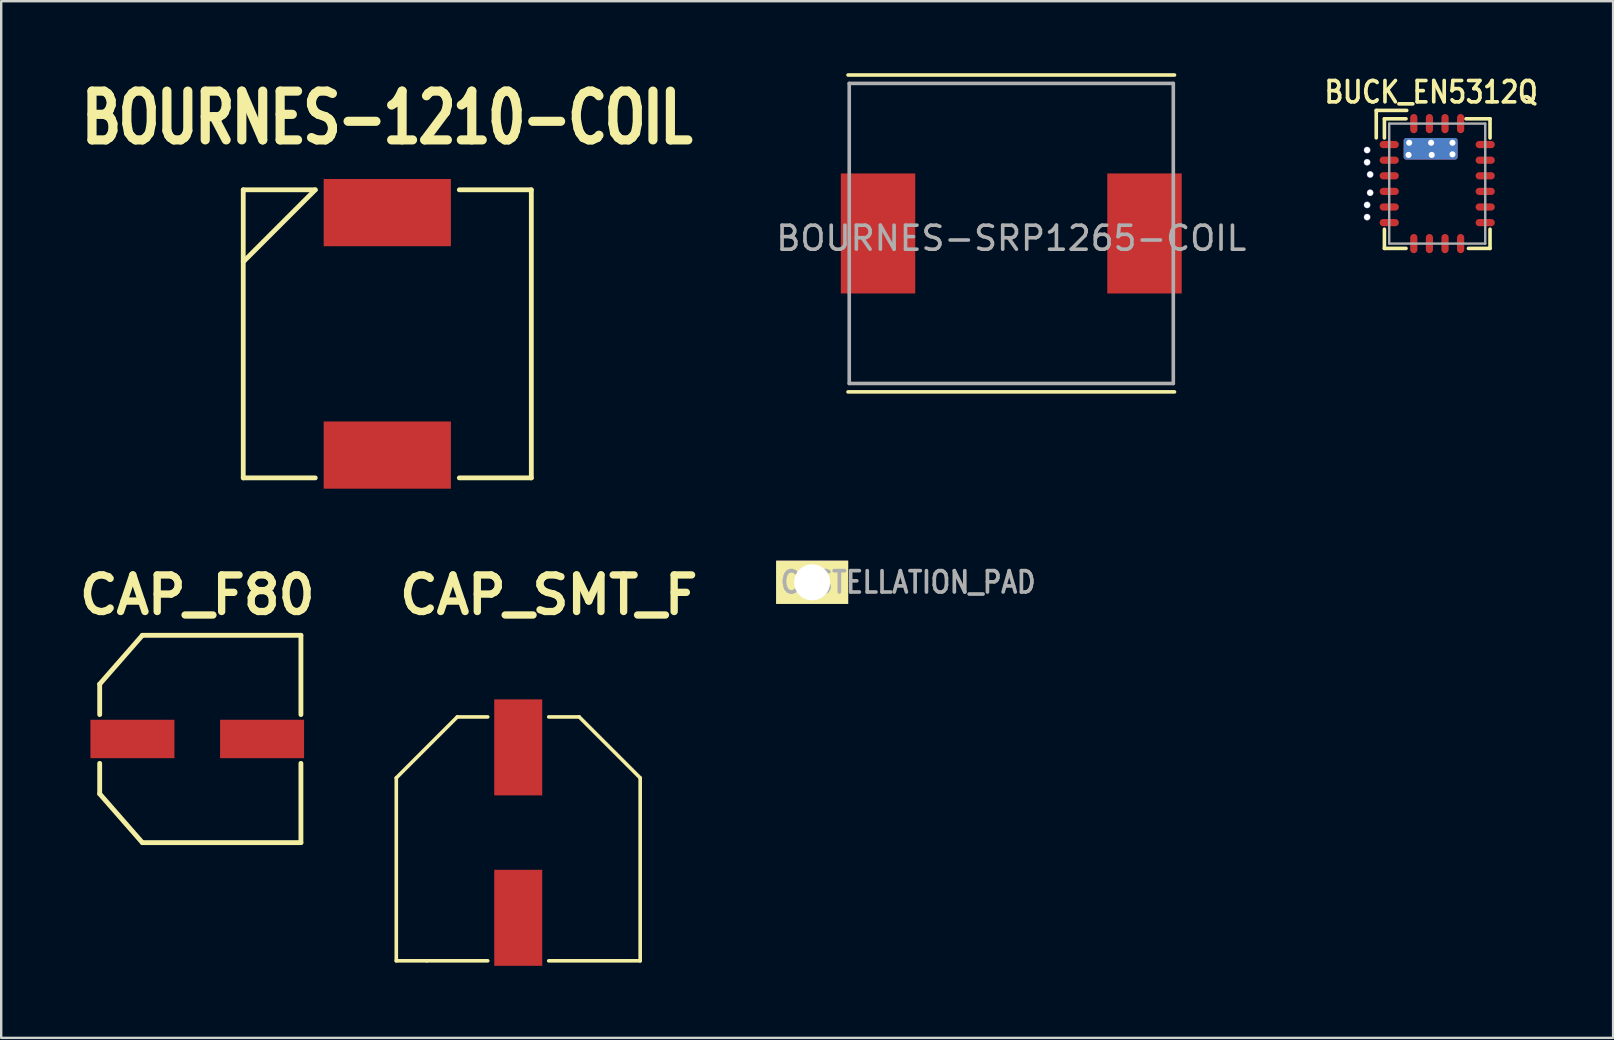
<source format=kicad_pcb>
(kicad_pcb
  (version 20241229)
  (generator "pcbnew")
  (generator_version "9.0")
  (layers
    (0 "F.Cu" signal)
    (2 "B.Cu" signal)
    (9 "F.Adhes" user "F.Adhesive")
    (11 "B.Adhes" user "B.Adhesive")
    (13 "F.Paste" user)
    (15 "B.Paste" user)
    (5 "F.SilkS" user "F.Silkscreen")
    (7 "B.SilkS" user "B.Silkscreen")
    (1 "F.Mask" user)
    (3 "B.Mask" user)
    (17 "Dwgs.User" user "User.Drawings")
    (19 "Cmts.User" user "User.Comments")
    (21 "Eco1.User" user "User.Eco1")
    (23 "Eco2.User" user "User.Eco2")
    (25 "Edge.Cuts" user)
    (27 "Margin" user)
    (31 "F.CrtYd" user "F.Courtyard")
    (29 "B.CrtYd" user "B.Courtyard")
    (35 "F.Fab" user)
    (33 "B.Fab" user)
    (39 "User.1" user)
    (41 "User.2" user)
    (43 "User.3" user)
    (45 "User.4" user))
  (footprint "CAP_F80"
    (layer "F.Cu")
    (at 5.167 27.733)
    (property "Reference" "CAP_F80" (at 0 -5.999 0) (layer "F.SilkS") (effects (font (size 1.524 1.524) (thickness 0.305))))
    (attr through_hole)
    (fp_line (start -4.064 -2.286) (end -2.286 -4.318) (stroke (width 0.201) (type solid)) (layer "F.SilkS"))
    (fp_line (start -4.064 -1.016) (end -4.064 -2.286) (stroke (width 0.201) (type solid)) (layer "F.SilkS"))
    (fp_line (start -4.064 2.286) (end -4.064 1.016) (stroke (width 0.201) (type solid)) (layer "F.SilkS"))
    (fp_line (start -2.286 -4.318) (end 4.318 -4.318) (stroke (width 0.201) (type solid)) (layer "F.SilkS"))
    (fp_line (start -2.286 4.318) (end -4.064 2.286) (stroke (width 0.201) (type solid)) (layer "F.SilkS"))
    (fp_line (start 4.318 -4.318) (end 4.318 -1.016) (stroke (width 0.201) (type solid)) (layer "F.SilkS"))
    (fp_line (start 4.318 1.016) (end 4.318 4.318) (stroke (width 0.201) (type solid)) (layer "F.SilkS"))
    (fp_line (start 4.318 4.318) (end -2.286 4.318) (stroke (width 0.201) (type solid)) (layer "F.SilkS"))
    (pad "1" smd rect (at -2.7 0) (size 3.5 1.6) (layers "F.Cu" "F.Mask" "F.Paste"))
    (pad "2" smd rect (at 2.7 0) (size 3.5 1.6) (layers "F.Cu" "F.Mask" "F.Paste")))
  (footprint "BOURNES-SRP1265-COIL"
    (layer "F.Cu")
    (at 39.076 6.675)
    (property "Reference" "BOURNES-SRP1265-COIL" (at 0 0.2 0) (layer "F.Fab") (effects (font (size 1 1) (thickness 0.15))))
    (attr through_hole)
    (fp_line (start -6.8 -6.6) (end 6.8 -6.6) (stroke (width 0.15) (type solid)) (layer "F.SilkS"))
    (fp_line (start -6.8 6.6) (end 6.8 6.6) (stroke (width 0.15) (type solid)) (layer "F.SilkS"))
    (fp_line (start -6.75 -6.25) (end 6.75 -6.25) (stroke (width 0.15) (type solid)) (layer "F.Fab"))
    (fp_line (start -6.75 6.25) (end -6.75 -6.25) (stroke (width 0.15) (type solid)) (layer "F.Fab"))
    (fp_line (start 6.75 -6.25) (end 6.75 6.25) (stroke (width 0.15) (type solid)) (layer "F.Fab"))
    (fp_line (start 6.75 6.25) (end -6.75 6.25) (stroke (width 0.15) (type solid)) (layer "F.Fab"))
    (pad "1" smd rect (at -5.55 0) (size 3.1 5) (layers "F.Cu" "F.Mask" "F.Paste"))
    (pad "2" smd rect (at 5.55 0) (size 3.1 5) (layers "F.Cu" "F.Mask" "F.Paste")))
  (footprint "BUCK_EN5312Q"
    (layer "F.Cu")
    (at 56.82 4.598)
    (property "Reference" "BUCK_EN5312Q" (at -0.254 -3.81 180) (layer "F.SilkS") (effects (font (size 0.889 0.762) (thickness 0.152))))
    (attr through_hole)
    (fp_line (start -2.54 -3.048) (end -2.54 -1.905) (stroke (width 0.15) (type solid)) (layer "F.SilkS"))
    (fp_line (start -2.2 -2.7) (end -2.2 -1.9) (stroke (width 0.15) (type solid)) (layer "F.SilkS"))
    (fp_line (start -2.2 -2.7) (end -1.3 -2.7) (stroke (width 0.15) (type solid)) (layer "F.SilkS"))
    (fp_line (start -2.2 1.9) (end -2.2 2.7) (stroke (width 0.15) (type solid)) (layer "F.SilkS"))
    (fp_line (start -2.2 2.7) (end -1.3 2.7) (stroke (width 0.15) (type solid)) (layer "F.SilkS"))
    (fp_line (start -1.27 -3.048) (end -2.54 -3.048) (stroke (width 0.15) (type solid)) (layer "F.SilkS"))
    (fp_line (start 1.199 -2.7) (end 2.2 -2.7) (stroke (width 0.15) (type solid)) (layer "F.SilkS"))
    (fp_line (start 2.2 -2.7) (end 2.2 -1.9) (stroke (width 0.15) (type solid)) (layer "F.SilkS"))
    (fp_line (start 2.2 1.9) (end 2.2 2.7) (stroke (width 0.15) (type solid)) (layer "F.SilkS"))
    (fp_line (start 2.2 2.7) (end 1.3 2.7) (stroke (width 0.15) (type solid)) (layer "F.SilkS"))
    (fp_line (start -2 -2.5) (end -2 2.5) (stroke (width 0.1) (type solid)) (layer "F.Fab"))
    (fp_line (start -2 2.5) (end 2 2.5) (stroke (width 0.1) (type solid)) (layer "F.Fab"))
    (fp_line (start 2 -2.5) (end -2 -2.5) (stroke (width 0.1) (type solid)) (layer "F.Fab"))
    (fp_line (start 2 2.5) (end 2 -2.5) (stroke (width 0.1) (type solid)) (layer "F.Fab"))
    (pad "1" smd oval (at -1.999 -1.626) (size 0.8 0.3) (layers "F.Cu" "F.Mask" "F.Paste"))
    (pad "2" smd oval (at -1.999 -0.975) (size 0.8 0.3) (layers "F.Cu" "F.Mask" "F.Paste"))
    (pad "3" thru_hole circle (at -2.921 -1.397) (size 0.279 0.279) (drill 0.254) (layers "*.Cu"))
    (pad "3" thru_hole circle (at -2.921 -0.889) (size 0.279 0.279) (drill 0.254) (layers "*.Cu"))
    (pad "3" thru_hole circle (at -2.794 -0.381) (size 0.279 0.279) (drill 0.254) (layers "*.Cu"))
    (pad "3" smd oval (at -1.999 -0.325) (size 0.8 0.3) (layers "F.Cu" "F.Mask" "F.Paste"))
    (pad "4" thru_hole circle (at -2.921 0.889) (size 0.279 0.279) (drill 0.254) (layers "*.Cu"))
    (pad "4" thru_hole circle (at -2.921 1.397) (size 0.279 0.279) (drill 0.254) (layers "*.Cu"))
    (pad "4" thru_hole circle (at -2.794 0.381) (size 0.279 0.279) (drill 0.254) (layers "*.Cu"))
    (pad "4" smd oval (at -1.999 0.325) (size 0.8 0.3) (layers "F.Cu" "F.Mask" "F.Paste"))
    (pad "5" smd oval (at -1.999 0.975) (size 0.8 0.3) (layers "F.Cu" "F.Mask" "F.Paste"))
    (pad "6" smd oval (at -1.999 1.626) (size 0.8 0.3) (layers "F.Cu" "F.Mask" "F.Paste"))
    (pad "7" smd oval (at -0.975 2.499 90) (size 0.8 0.3) (layers "F.Cu" "F.Mask" "F.Paste"))
    (pad "8" smd oval (at -0.325 2.499 90) (size 0.8 0.3) (layers "F.Cu" "F.Mask" "F.Paste"))
    (pad "9" smd oval (at 0.325 2.499 90) (size 0.8 0.3) (layers "F.Cu" "F.Mask" "F.Paste"))
    (pad "10" smd oval (at 0.975 2.499 90) (size 0.8 0.3) (layers "F.Cu" "F.Mask" "F.Paste"))
    (pad "11" smd oval (at 1.999 1.626) (size 0.8 0.3) (layers "F.Cu" "F.Mask" "F.Paste"))
    (pad "12" smd oval (at 1.999 0.975) (size 0.8 0.3) (layers "F.Cu" "F.Mask" "F.Paste"))
    (pad "13" smd oval (at 1.999 0.325) (size 0.8 0.3) (layers "F.Cu" "F.Mask" "F.Paste"))
    (pad "14" smd oval (at 1.999 -0.325) (size 0.8 0.3) (layers "F.Cu" "F.Mask" "F.Paste"))
    (pad "15" smd oval (at 1.999 -0.975) (size 0.8 0.3) (layers "F.Cu" "F.Mask" "F.Paste"))
    (pad "16" smd oval (at 1.999 -1.626) (size 0.8 0.3) (layers "F.Cu" "F.Mask" "F.Paste"))
    (pad "17" smd oval (at 0.975 -2.499 90) (size 0.8 0.3) (layers "F.Cu" "F.Mask" "F.Paste"))
    (pad "18" smd oval (at 0.325 -2.499 90) (size 0.8 0.3) (layers "F.Cu" "F.Mask" "F.Paste"))
    (pad "19" smd oval (at -0.325 -2.499 90) (size 0.8 0.3) (layers "F.Cu" "F.Mask" "F.Paste"))
    (pad "20" smd oval (at -0.975 -2.499 90) (size 0.8 0.3) (layers "F.Cu" "F.Mask" "F.Paste"))
    (pad "AGND" thru_hole circle (at -1.194 -1.194) (size 0.279 0.279) (drill 0.254) (layers "*.Cu"))
    (pad "AGND" thru_hole circle (at -1.168 -1.702) (size 0.279 0.279) (drill 0.254) (layers "*.Cu"))
    (pad "AGND" smd roundrect (at -0.274 -1.45) (size 2.25 0.899) (layers "*.Cu" "F.Mask" "F.Paste") (roundrect_rratio 0.12))
    (pad "AGND" thru_hole circle (at -0.254 -1.702) (size 0.279 0.279) (drill 0.254) (layers "*.Cu"))
    (pad "AGND" thru_hole circle (at -0.229 -1.194) (size 0.279 0.279) (drill 0.254) (layers "*.Cu"))
    (pad "AGND" thru_hole circle (at 0.635 -1.702) (size 0.279 0.279) (drill 0.254) (layers "*.Cu"))
    (pad "AGND" thru_hole circle (at 0.635 -1.219) (size 0.279 0.279) (drill 0.254) (layers "*.Cu")))
  (footprint "BOURNES-1210-COIL"
    (layer "F.Cu")
    (at 13.083 10.857)
    (property "Reference" "BOURNES-1210-COIL" (at 0 -9 0) (layer "F.SilkS") (effects (font (size 2.032 1.524) (thickness 0.381))))
    (attr through_hole)
    (fp_line (start -6 -6) (end -3 -6) (stroke (width 0.2) (type solid)) (layer "F.SilkS"))
    (fp_line (start -6 6) (end -6 -6) (stroke (width 0.2) (type solid)) (layer "F.SilkS"))
    (fp_line (start -3 -6) (end -6 -3) (stroke (width 0.2) (type solid)) (layer "F.SilkS"))
    (fp_line (start -3 6) (end -6 6) (stroke (width 0.2) (type solid)) (layer "F.SilkS"))
    (fp_line (start 6 -6) (end 3 -6) (stroke (width 0.2) (type solid)) (layer "F.SilkS"))
    (fp_line (start 6 -6) (end 6 6) (stroke (width 0.2) (type solid)) (layer "F.SilkS"))
    (fp_line (start 6 6) (end 3 6) (stroke (width 0.2) (type solid)) (layer "F.SilkS"))
    (pad "1" smd rect (at 0 -5.05) (size 5.3 2.8) (layers "F.Cu" "F.Mask" "F.Paste"))
    (pad "2" smd rect (at 0 5.05) (size 5.3 2.8) (layers "F.Cu" "F.Mask" "F.Paste")))
  (footprint "CAP_SMT_F"
    (layer "F.Cu")
    (at 18.538 31.894)
    (property "Reference" "CAP_SMT_F" (at 1.27 -10.16 0) (layer "F.SilkS") (effects (font (size 1.524 1.524) (thickness 0.305))))
    (attr through_hole)
    (fp_line (start -5.08 -2.54) (end -2.54 -5.08) (stroke (width 0.15) (type solid)) (layer "F.SilkS"))
    (fp_line (start -5.08 5.08) (end -5.08 -2.54) (stroke (width 0.15) (type solid)) (layer "F.SilkS"))
    (fp_line (start -3.81 5.08) (end -5.08 5.08) (stroke (width 0.15) (type solid)) (layer "F.SilkS"))
    (fp_line (start -2.54 -5.08) (end -1.27 -5.08) (stroke (width 0.15) (type solid)) (layer "F.SilkS"))
    (fp_line (start -1.27 5.08) (end -3.81 5.08) (stroke (width 0.15) (type solid)) (layer "F.SilkS"))
    (fp_line (start 1.27 -5.08) (end 2.54 -5.08) (stroke (width 0.15) (type solid)) (layer "F.SilkS"))
    (fp_line (start 2.54 -5.08) (end 5.08 -2.54) (stroke (width 0.15) (type solid)) (layer "F.SilkS"))
    (fp_line (start 5.08 -2.54) (end 5.08 5.08) (stroke (width 0.15) (type solid)) (layer "F.SilkS"))
    (fp_line (start 5.08 5.08) (end 1.27 5.08) (stroke (width 0.15) (type solid)) (layer "F.SilkS"))
    (pad "1" smd rect (at 0 -3.81) (size 1.999 4) (layers "F.Cu" "F.Mask" "F.Paste"))
    (pad "2" smd rect (at 0 3.289) (size 1.999 4) (layers "F.Cu" "F.Mask" "F.Paste")))
  (footprint "CASTELLATION_PAD"
    (layer "F.Cu")
    (at 30.781 21.207)
    (property "Reference" "CASTELLATION_PAD" (at 4 0 0) (layer "F.Fab") (effects (font (size 0.889 0.762) (thickness 0.152))))
    (attr through_hole)
    (pad "1" thru_hole rect (at 0 0) (size 3 1.8) (drill 1.5) (layers "*.Cu" "*.Mask" "F.SilkS")))
  (gr_rect
    (start -3 -3)
    (end 64.146 40.183)
    (stroke (width 0.1) (type default))
    (fill no)
    (layer "Edge.Cuts")))
</source>
